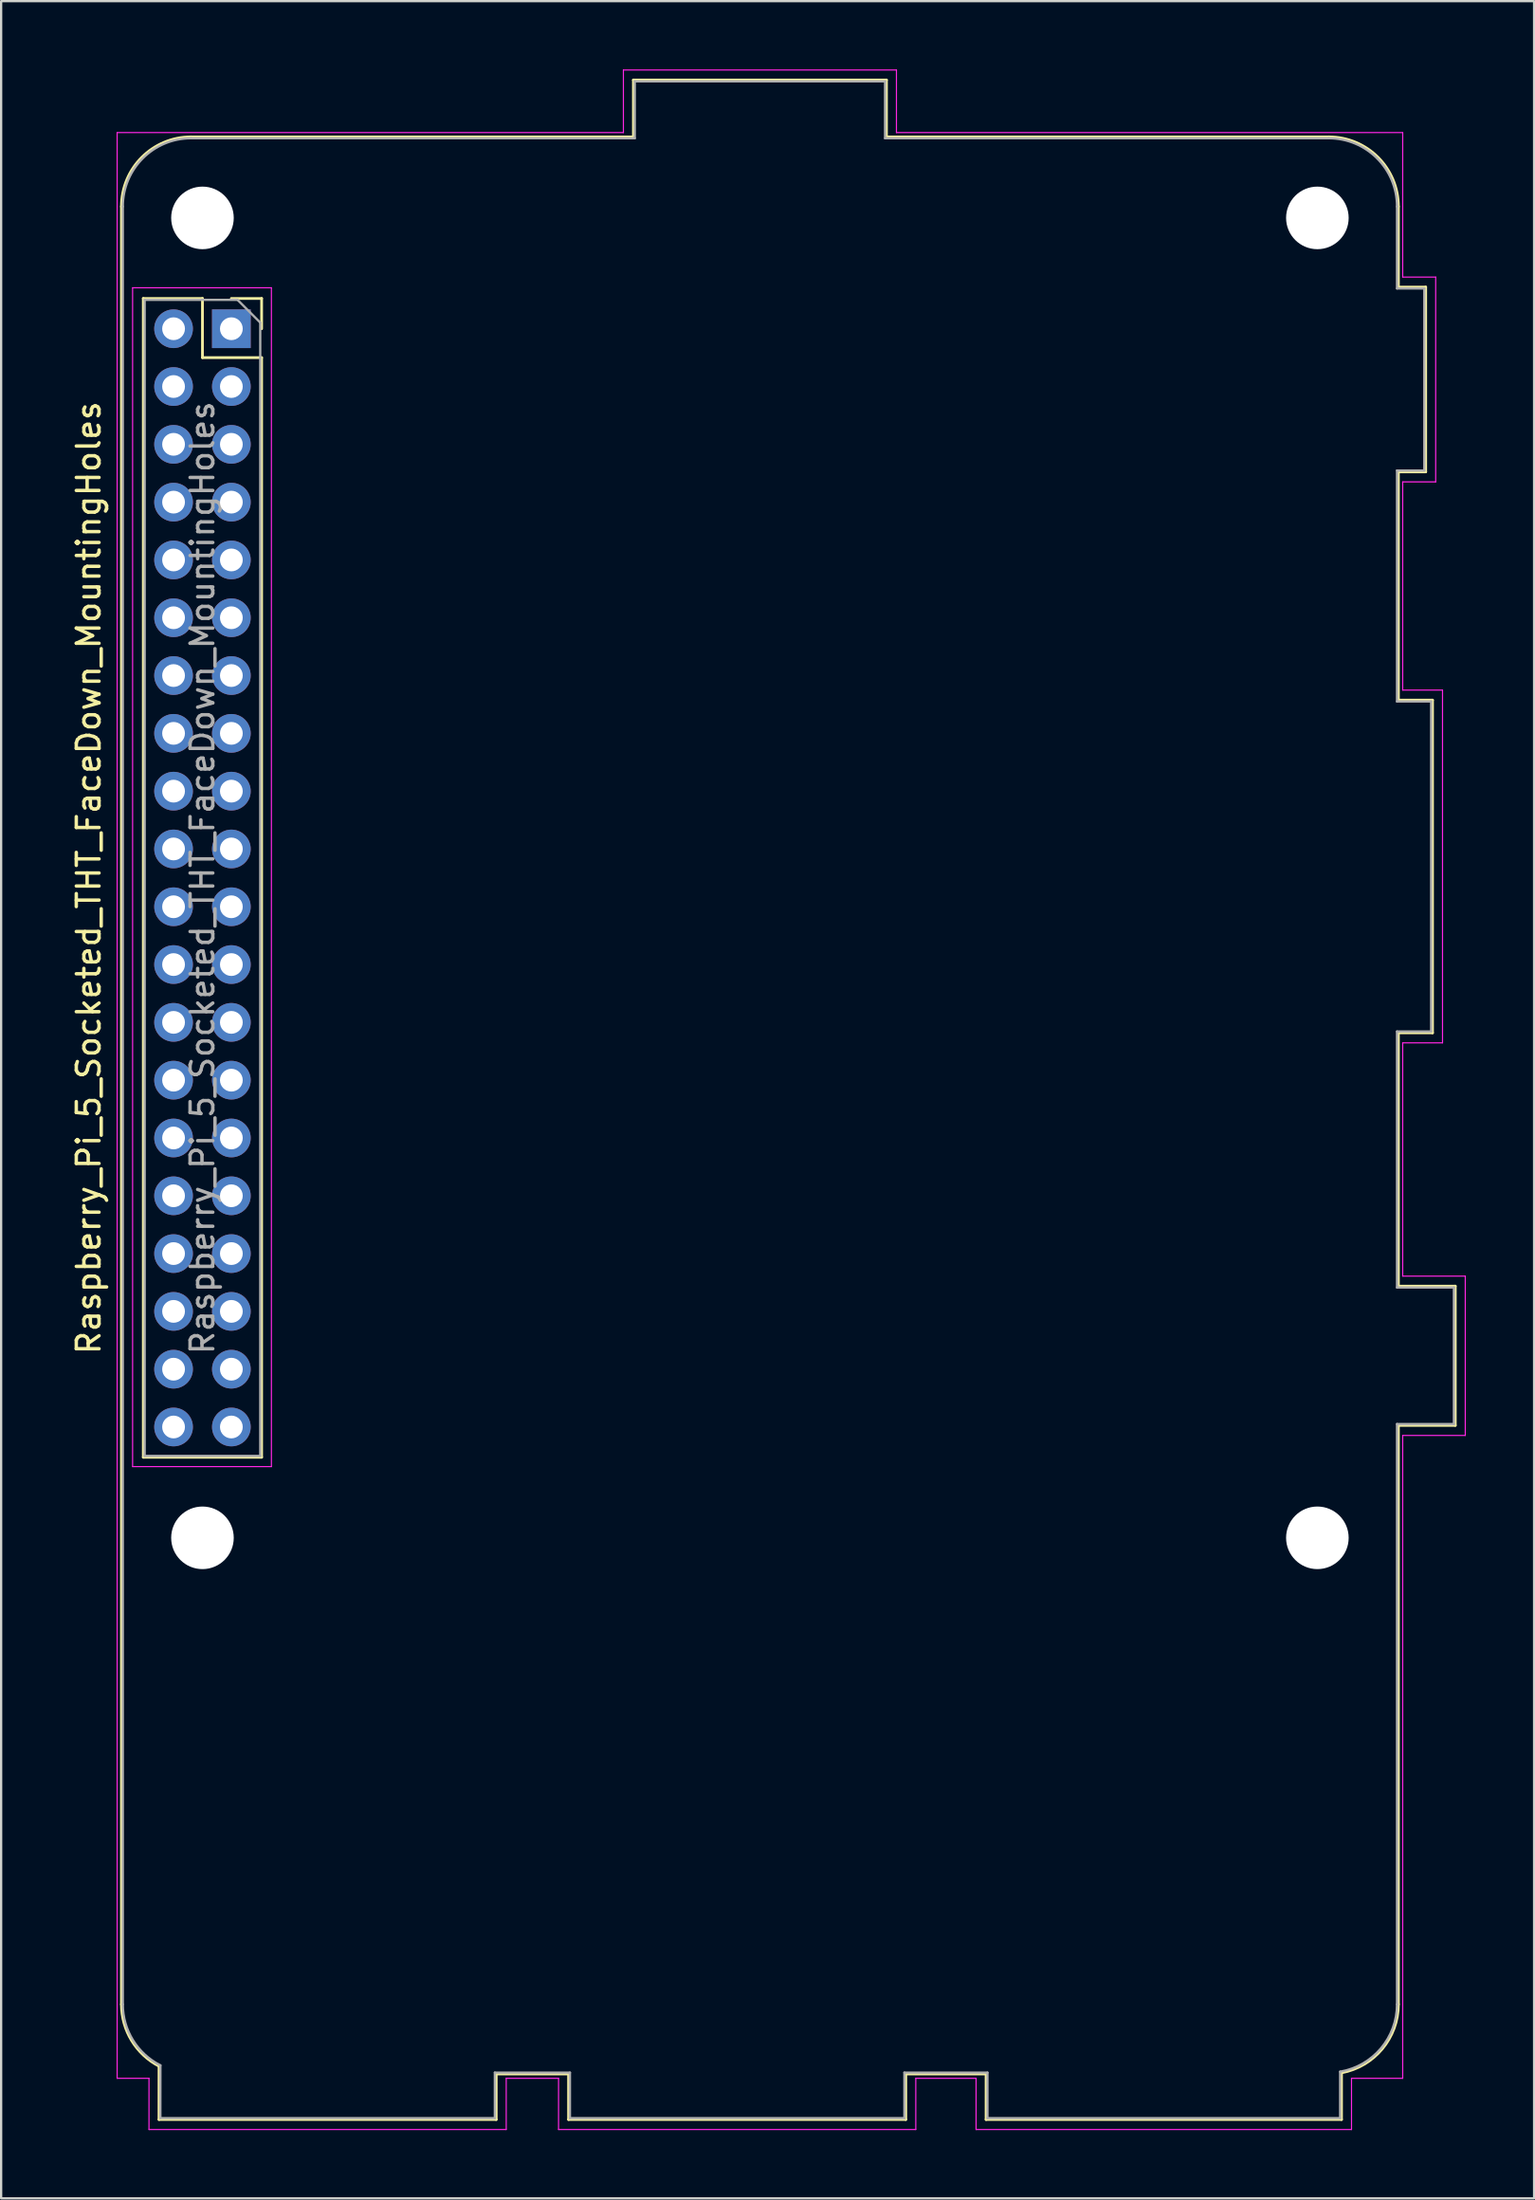
<source format=kicad_pcb>
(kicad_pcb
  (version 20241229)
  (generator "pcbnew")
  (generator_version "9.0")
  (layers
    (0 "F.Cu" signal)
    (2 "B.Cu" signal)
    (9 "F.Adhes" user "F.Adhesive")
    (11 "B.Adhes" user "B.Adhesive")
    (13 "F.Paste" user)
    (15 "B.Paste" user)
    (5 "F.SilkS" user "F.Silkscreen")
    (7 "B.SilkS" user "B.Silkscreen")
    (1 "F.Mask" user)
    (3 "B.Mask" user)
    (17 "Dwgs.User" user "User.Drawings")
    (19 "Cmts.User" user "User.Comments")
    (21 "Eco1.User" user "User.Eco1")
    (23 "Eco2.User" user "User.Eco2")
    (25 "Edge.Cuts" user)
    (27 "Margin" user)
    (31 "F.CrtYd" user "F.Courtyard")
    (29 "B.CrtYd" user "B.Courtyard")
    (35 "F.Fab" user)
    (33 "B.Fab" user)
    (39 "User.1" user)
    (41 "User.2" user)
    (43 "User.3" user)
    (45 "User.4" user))
  (footprint "Raspberry_Pi_5_Socketed_THT_FaceDown_MountingHoles"
    (layer "F.Cu")
    (at 7.118 11.395)
    (property "Reference" "Raspberry_Pi_5_Socketed_THT_FaceDown_MountingHoles" (at -6.27 24.13 90) (layer "F.SilkS") (effects (font (size 1 1) (thickness 0.15))))
    (attr through_hole)
    (fp_line (start -4.83 73.63) (end -4.83 -5.37) (stroke (width 0.12) (type solid)) (layer "F.SilkS"))
    (fp_line (start -3.87 -1.33) (end -3.87 49.59) (stroke (width 0.12) (type solid)) (layer "F.SilkS"))
    (fp_line (start -3.87 -1.33) (end -1.27 -1.33) (stroke (width 0.12) (type solid)) (layer "F.SilkS"))
    (fp_line (start -3.87 49.59) (end 1.33 49.59) (stroke (width 0.12) (type solid)) (layer "F.SilkS"))
    (fp_line (start -3.18 78.69) (end -3.178 76.347) (stroke (width 0.12) (type solid)) (layer "F.SilkS"))
    (fp_line (start -1.77 -8.43) (end 17.67 -8.43) (stroke (width 0.12) (type solid)) (layer "F.SilkS"))
    (fp_line (start -1.27 -1.33) (end -1.27 1.27) (stroke (width 0.12) (type solid)) (layer "F.SilkS"))
    (fp_line (start -1.27 1.27) (end 1.33 1.27) (stroke (width 0.12) (type solid)) (layer "F.SilkS"))
    (fp_line (start 0 -1.33) (end 1.33 -1.33) (stroke (width 0.12) (type solid)) (layer "F.SilkS"))
    (fp_line (start 1.33 -1.33) (end 1.33 0) (stroke (width 0.12) (type solid)) (layer "F.SilkS"))
    (fp_line (start 1.33 1.27) (end 1.33 49.59) (stroke (width 0.12) (type solid)) (layer "F.SilkS"))
    (fp_line (start 11.64 76.69) (end 11.64 78.69) (stroke (width 0.12) (type solid)) (layer "F.SilkS"))
    (fp_line (start 11.64 78.69) (end -3.18 78.69) (stroke (width 0.12) (type solid)) (layer "F.SilkS"))
    (fp_line (start 14.82 76.69) (end 11.64 76.69) (stroke (width 0.12) (type solid)) (layer "F.SilkS"))
    (fp_line (start 14.82 78.69) (end 14.82 76.69) (stroke (width 0.12) (type solid)) (layer "F.SilkS"))
    (fp_line (start 17.67 -10.93) (end 17.67 -8.43) (stroke (width 0.12) (type solid)) (layer "F.SilkS"))
    (fp_line (start 28.79 -10.93) (end 17.67 -10.93) (stroke (width 0.12) (type solid)) (layer "F.SilkS"))
    (fp_line (start 28.79 -8.43) (end 28.79 -10.93) (stroke (width 0.12) (type solid)) (layer "F.SilkS"))
    (fp_line (start 29.64 76.69) (end 29.64 78.69) (stroke (width 0.12) (type solid)) (layer "F.SilkS"))
    (fp_line (start 29.64 78.69) (end 14.82 78.69) (stroke (width 0.12) (type solid)) (layer "F.SilkS"))
    (fp_line (start 33.17 76.69) (end 29.64 76.69) (stroke (width 0.12) (type solid)) (layer "F.SilkS"))
    (fp_line (start 33.17 78.69) (end 33.17 76.69) (stroke (width 0.12) (type solid)) (layer "F.SilkS"))
    (fp_line (start 48.23 -8.43) (end 28.79 -8.43) (stroke (width 0.12) (type solid)) (layer "F.SilkS"))
    (fp_line (start 48.79 78.69) (end 33.17 78.69) (stroke (width 0.12) (type solid)) (layer "F.SilkS"))
    (fp_line (start 48.79 78.69) (end 48.79 76.638) (stroke (width 0.12) (type solid)) (layer "F.SilkS"))
    (fp_line (start 51.29 -5.37) (end 51.29 -1.83) (stroke (width 0.12) (type solid)) (layer "F.SilkS"))
    (fp_line (start 51.29 -1.83) (end 52.49 -1.83) (stroke (width 0.12) (type solid)) (layer "F.SilkS"))
    (fp_line (start 51.29 6.29) (end 51.29 16.32) (stroke (width 0.12) (type solid)) (layer "F.SilkS"))
    (fp_line (start 51.29 16.32) (end 52.79 16.32) (stroke (width 0.12) (type solid)) (layer "F.SilkS"))
    (fp_line (start 51.29 30.94) (end 51.29 42.07) (stroke (width 0.12) (type solid)) (layer "F.SilkS"))
    (fp_line (start 51.29 42.07) (end 53.79 42.07) (stroke (width 0.12) (type solid)) (layer "F.SilkS"))
    (fp_line (start 51.29 48.19) (end 51.29 73.63) (stroke (width 0.12) (type solid)) (layer "F.SilkS"))
    (fp_line (start 52.49 -1.83) (end 52.49 6.29) (stroke (width 0.12) (type solid)) (layer "F.SilkS"))
    (fp_line (start 52.49 6.29) (end 51.29 6.29) (stroke (width 0.12) (type solid)) (layer "F.SilkS"))
    (fp_line (start 52.79 16.32) (end 52.79 30.94) (stroke (width 0.12) (type solid)) (layer "F.SilkS"))
    (fp_line (start 52.79 30.94) (end 51.29 30.94) (stroke (width 0.12) (type solid)) (layer "F.SilkS"))
    (fp_line (start 53.79 42.07) (end 53.79 48.19) (stroke (width 0.12) (type solid)) (layer "F.SilkS"))
    (fp_line (start 53.79 48.19) (end 51.29 48.19) (stroke (width 0.12) (type solid)) (layer "F.SilkS"))
    (fp_arc (start -4.83 -5.37) (mid -3.933747 -7.533747) (end -1.77 -8.43) (stroke (width 0.12) (type solid)) (layer "F.SilkS"))
    (fp_arc (start -3.178211 76.346715) (mid -4.384644 75.219728) (end -4.83 73.63) (stroke (width 0.12) (type solid)) (layer "F.SilkS"))
    (fp_arc (start 48.23 -8.43) (mid 50.393747 -7.533747) (end 51.29 -5.37) (stroke (width 0.12) (type solid)) (layer "F.SilkS"))
    (fp_arc (start 51.29 73.63) (mid 50.583325 75.585879) (end 48.789698 76.638378) (stroke (width 0.12) (type solid)) (layer "F.SilkS"))
    (fp_line (start -5.02 -8.62) (end 17.23 -8.62) (stroke (width 0.05) (type solid)) (layer "F.CrtYd"))
    (fp_line (start -5.02 76.88) (end -5.02 -8.62) (stroke (width 0.05) (type solid)) (layer "F.CrtYd"))
    (fp_line (start -4.34 -1.8) (end 1.76 -1.8) (stroke (width 0.05) (type solid)) (layer "F.CrtYd"))
    (fp_line (start -4.34 50) (end -4.34 -1.8) (stroke (width 0.05) (type solid)) (layer "F.CrtYd"))
    (fp_line (start -3.62 76.88) (end -5.02 76.88) (stroke (width 0.05) (type solid)) (layer "F.CrtYd"))
    (fp_line (start -3.62 79.13) (end -3.62 76.88) (stroke (width 0.05) (type solid)) (layer "F.CrtYd"))
    (fp_line (start 1.76 -1.8) (end 1.76 50) (stroke (width 0.05) (type solid)) (layer "F.CrtYd"))
    (fp_line (start 1.76 50) (end -4.34 50) (stroke (width 0.05) (type solid)) (layer "F.CrtYd"))
    (fp_line (start 12.08 76.88) (end 12.08 79.13) (stroke (width 0.05) (type solid)) (layer "F.CrtYd"))
    (fp_line (start 12.08 79.13) (end -3.62 79.13) (stroke (width 0.05) (type solid)) (layer "F.CrtYd"))
    (fp_line (start 14.38 76.88) (end 12.08 76.88) (stroke (width 0.05) (type solid)) (layer "F.CrtYd"))
    (fp_line (start 14.38 79.13) (end 14.38 76.88) (stroke (width 0.05) (type solid)) (layer "F.CrtYd"))
    (fp_line (start 17.23 -11.37) (end 29.23 -11.37) (stroke (width 0.05) (type solid)) (layer "F.CrtYd"))
    (fp_line (start 17.23 -8.62) (end 17.23 -11.37) (stroke (width 0.05) (type solid)) (layer "F.CrtYd"))
    (fp_line (start 29.23 -11.37) (end 29.23 -8.62) (stroke (width 0.05) (type solid)) (layer "F.CrtYd"))
    (fp_line (start 29.23 -8.62) (end 51.48 -8.62) (stroke (width 0.05) (type solid)) (layer "F.CrtYd"))
    (fp_line (start 30.08 76.88) (end 30.08 79.13) (stroke (width 0.05) (type solid)) (layer "F.CrtYd"))
    (fp_line (start 30.08 79.13) (end 14.38 79.13) (stroke (width 0.05) (type solid)) (layer "F.CrtYd"))
    (fp_line (start 32.73 76.88) (end 30.08 76.88) (stroke (width 0.05) (type solid)) (layer "F.CrtYd"))
    (fp_line (start 32.73 79.13) (end 32.73 76.88) (stroke (width 0.05) (type solid)) (layer "F.CrtYd"))
    (fp_line (start 49.23 76.88) (end 49.23 79.13) (stroke (width 0.05) (type solid)) (layer "F.CrtYd"))
    (fp_line (start 49.23 79.13) (end 32.73 79.13) (stroke (width 0.05) (type solid)) (layer "F.CrtYd"))
    (fp_line (start 51.48 -8.62) (end 51.48 -2.27) (stroke (width 0.05) (type solid)) (layer "F.CrtYd"))
    (fp_line (start 51.48 -2.27) (end 52.93 -2.27) (stroke (width 0.05) (type solid)) (layer "F.CrtYd"))
    (fp_line (start 51.48 6.73) (end 51.48 15.88) (stroke (width 0.05) (type solid)) (layer "F.CrtYd"))
    (fp_line (start 51.48 15.88) (end 53.23 15.88) (stroke (width 0.05) (type solid)) (layer "F.CrtYd"))
    (fp_line (start 51.48 31.38) (end 51.48 41.63) (stroke (width 0.05) (type solid)) (layer "F.CrtYd"))
    (fp_line (start 51.48 41.63) (end 54.23 41.63) (stroke (width 0.05) (type solid)) (layer "F.CrtYd"))
    (fp_line (start 51.48 48.63) (end 51.48 76.88) (stroke (width 0.05) (type solid)) (layer "F.CrtYd"))
    (fp_line (start 51.48 76.88) (end 49.23 76.88) (stroke (width 0.05) (type solid)) (layer "F.CrtYd"))
    (fp_line (start 52.93 -2.27) (end 52.93 6.73) (stroke (width 0.05) (type solid)) (layer "F.CrtYd"))
    (fp_line (start 52.93 6.73) (end 51.48 6.73) (stroke (width 0.05) (type solid)) (layer "F.CrtYd"))
    (fp_line (start 53.23 15.88) (end 53.23 31.38) (stroke (width 0.05) (type solid)) (layer "F.CrtYd"))
    (fp_line (start 53.23 31.38) (end 51.48 31.38) (stroke (width 0.05) (type solid)) (layer "F.CrtYd"))
    (fp_line (start 54.23 41.63) (end 54.23 48.63) (stroke (width 0.05) (type solid)) (layer "F.CrtYd"))
    (fp_line (start 54.23 48.63) (end 51.48 48.63) (stroke (width 0.05) (type solid)) (layer "F.CrtYd"))
    (fp_line (start -4.77 73.63) (end -4.77 -5.37) (stroke (width 0.1) (type solid)) (layer "F.Fab"))
    (fp_line (start -3.81 -1.27) (end 0.27 -1.27) (stroke (width 0.1) (type solid)) (layer "F.Fab"))
    (fp_line (start -3.81 49.53) (end -3.81 -1.27) (stroke (width 0.1) (type solid)) (layer "F.Fab"))
    (fp_line (start -3.12 78.63) (end 11.58 78.63) (stroke (width 0.1) (type solid)) (layer "F.Fab"))
    (fp_line (start -3.118 76.31) (end -3.12 78.63) (stroke (width 0.1) (type solid)) (layer "F.Fab"))
    (fp_line (start -1.77 -8.37) (end 17.73 -8.37) (stroke (width 0.1) (type solid)) (layer "F.Fab"))
    (fp_line (start 0.27 -1.27) (end 1.27 -0.27) (stroke (width 0.1) (type solid)) (layer "F.Fab"))
    (fp_line (start 1.27 -0.27) (end 1.27 49.53) (stroke (width 0.1) (type solid)) (layer "F.Fab"))
    (fp_line (start 1.27 49.53) (end -3.81 49.53) (stroke (width 0.1) (type solid)) (layer "F.Fab"))
    (fp_line (start 11.58 76.63) (end 14.88 76.63) (stroke (width 0.1) (type solid)) (layer "F.Fab"))
    (fp_line (start 11.58 78.63) (end 11.58 76.63) (stroke (width 0.1) (type solid)) (layer "F.Fab"))
    (fp_line (start 14.88 76.63) (end 14.88 78.63) (stroke (width 0.1) (type solid)) (layer "F.Fab"))
    (fp_line (start 14.88 78.63) (end 29.58 78.63) (stroke (width 0.1) (type solid)) (layer "F.Fab"))
    (fp_line (start 17.73 -10.87) (end 17.73 -8.37) (stroke (width 0.1) (type solid)) (layer "F.Fab"))
    (fp_line (start 28.73 -10.87) (end 17.73 -10.87) (stroke (width 0.1) (type solid)) (layer "F.Fab"))
    (fp_line (start 28.73 -8.37) (end 28.73 -10.87) (stroke (width 0.1) (type solid)) (layer "F.Fab"))
    (fp_line (start 29.58 76.63) (end 33.23 76.63) (stroke (width 0.1) (type solid)) (layer "F.Fab"))
    (fp_line (start 29.58 78.63) (end 29.58 76.63) (stroke (width 0.1) (type solid)) (layer "F.Fab"))
    (fp_line (start 33.23 76.63) (end 33.23 78.63) (stroke (width 0.1) (type solid)) (layer "F.Fab"))
    (fp_line (start 33.23 78.63) (end 48.73 78.63) (stroke (width 0.1) (type solid)) (layer "F.Fab"))
    (fp_line (start 48.23 -8.37) (end 28.73 -8.37) (stroke (width 0.1) (type solid)) (layer "F.Fab"))
    (fp_line (start 48.73 78.63) (end 48.73 76.588) (stroke (width 0.1) (type solid)) (layer "F.Fab"))
    (fp_line (start 51.23 -5.37) (end 51.23 -1.77) (stroke (width 0.1) (type solid)) (layer "F.Fab"))
    (fp_line (start 51.23 -1.77) (end 52.43 -1.77) (stroke (width 0.1) (type solid)) (layer "F.Fab"))
    (fp_line (start 51.23 6.23) (end 51.23 16.38) (stroke (width 0.1) (type solid)) (layer "F.Fab"))
    (fp_line (start 51.23 16.38) (end 52.73 16.38) (stroke (width 0.1) (type solid)) (layer "F.Fab"))
    (fp_line (start 51.23 30.88) (end 51.23 42.13) (stroke (width 0.1) (type solid)) (layer "F.Fab"))
    (fp_line (start 51.23 42.13) (end 53.73 42.13) (stroke (width 0.1) (type solid)) (layer "F.Fab"))
    (fp_line (start 51.23 48.13) (end 51.23 73.63) (stroke (width 0.1) (type solid)) (layer "F.Fab"))
    (fp_line (start 52.43 -1.77) (end 52.43 6.23) (stroke (width 0.1) (type solid)) (layer "F.Fab"))
    (fp_line (start 52.43 6.23) (end 51.23 6.23) (stroke (width 0.1) (type solid)) (layer "F.Fab"))
    (fp_line (start 52.73 16.38) (end 52.73 30.88) (stroke (width 0.1) (type solid)) (layer "F.Fab"))
    (fp_line (start 52.73 30.88) (end 51.23 30.88) (stroke (width 0.1) (type solid)) (layer "F.Fab"))
    (fp_line (start 53.73 42.13) (end 53.73 48.13) (stroke (width 0.1) (type solid)) (layer "F.Fab"))
    (fp_line (start 53.73 48.13) (end 51.23 48.13) (stroke (width 0.1) (type solid)) (layer "F.Fab"))
    (fp_arc (start -4.77 -5.37) (mid -3.89132 -7.49132) (end -1.77 -8.37) (stroke (width 0.1) (type solid)) (layer "F.Fab"))
    (fp_arc (start -3.117957 76.310114) (mid -4.323808 75.204187) (end -4.77 73.63) (stroke (width 0.1) (type solid)) (layer "F.Fab"))
    (fp_arc (start 48.23 -8.37) (mid 50.35132 -7.49132) (end 51.23 -5.37) (stroke (width 0.1) (type solid)) (layer "F.Fab"))
    (fp_arc (start 51.23 73.63) (mid 50.521388 75.566373) (end 48.730306 76.587988) (stroke (width 0.1) (type solid)) (layer "F.Fab"))
    (fp_text user "${REFERENCE}" (at -1.27 24.13 90) (layer "F.Fab") (effects (font (size 1 1) (thickness 0.15))))
    (pad "" np_thru_hole circle (at -1.27 -4.87 90) (size 2.75 2.75) (drill 2.75) (layers "*.Cu" "*.Mask"))
    (pad "" np_thru_hole circle (at -1.27 53.13 90) (size 2.75 2.75) (drill 2.75) (layers "*.Cu" "*.Mask"))
    (pad "" np_thru_hole circle (at 47.73 -4.87 90) (size 2.75 2.75) (drill 2.75) (layers "*.Cu" "*.Mask"))
    (pad "" np_thru_hole circle (at 47.73 53.13 90) (size 2.75 2.75) (drill 2.75) (layers "*.Cu" "*.Mask"))
    (pad "1" thru_hole rect (at 0 0) (size 1.7 1.7) (drill 1) (layers "*.Cu" "*.Mask"))
    (pad "2" thru_hole oval (at -2.54 0) (size 1.7 1.7) (drill 1) (layers "*.Cu" "*.Mask"))
    (pad "3" thru_hole oval (at 0 2.54) (size 1.7 1.7) (drill 1) (layers "*.Cu" "*.Mask"))
    (pad "4" thru_hole oval (at -2.54 2.54) (size 1.7 1.7) (drill 1) (layers "*.Cu" "*.Mask"))
    (pad "5" thru_hole oval (at 0 5.08) (size 1.7 1.7) (drill 1) (layers "*.Cu" "*.Mask"))
    (pad "6" thru_hole oval (at -2.54 5.08) (size 1.7 1.7) (drill 1) (layers "*.Cu" "*.Mask"))
    (pad "7" thru_hole oval (at 0 7.62) (size 1.7 1.7) (drill 1) (layers "*.Cu" "*.Mask"))
    (pad "8" thru_hole oval (at -2.54 7.62) (size 1.7 1.7) (drill 1) (layers "*.Cu" "*.Mask"))
    (pad "9" thru_hole oval (at 0 10.16) (size 1.7 1.7) (drill 1) (layers "*.Cu" "*.Mask"))
    (pad "10" thru_hole oval (at -2.54 10.16) (size 1.7 1.7) (drill 1) (layers "*.Cu" "*.Mask"))
    (pad "11" thru_hole oval (at 0 12.7) (size 1.7 1.7) (drill 1) (layers "*.Cu" "*.Mask"))
    (pad "12" thru_hole oval (at -2.54 12.7) (size 1.7 1.7) (drill 1) (layers "*.Cu" "*.Mask"))
    (pad "13" thru_hole oval (at 0 15.24) (size 1.7 1.7) (drill 1) (layers "*.Cu" "*.Mask"))
    (pad "14" thru_hole oval (at -2.54 15.24) (size 1.7 1.7) (drill 1) (layers "*.Cu" "*.Mask"))
    (pad "15" thru_hole oval (at 0 17.78) (size 1.7 1.7) (drill 1) (layers "*.Cu" "*.Mask"))
    (pad "16" thru_hole oval (at -2.54 17.78) (size 1.7 1.7) (drill 1) (layers "*.Cu" "*.Mask"))
    (pad "17" thru_hole oval (at 0 20.32) (size 1.7 1.7) (drill 1) (layers "*.Cu" "*.Mask"))
    (pad "18" thru_hole oval (at -2.54 20.32) (size 1.7 1.7) (drill 1) (layers "*.Cu" "*.Mask"))
    (pad "19" thru_hole oval (at 0 22.86) (size 1.7 1.7) (drill 1) (layers "*.Cu" "*.Mask"))
    (pad "20" thru_hole oval (at -2.54 22.86) (size 1.7 1.7) (drill 1) (layers "*.Cu" "*.Mask"))
    (pad "21" thru_hole oval (at 0 25.4) (size 1.7 1.7) (drill 1) (layers "*.Cu" "*.Mask"))
    (pad "22" thru_hole oval (at -2.54 25.4) (size 1.7 1.7) (drill 1) (layers "*.Cu" "*.Mask"))
    (pad "23" thru_hole oval (at 0 27.94) (size 1.7 1.7) (drill 1) (layers "*.Cu" "*.Mask"))
    (pad "24" thru_hole oval (at -2.54 27.94) (size 1.7 1.7) (drill 1) (layers "*.Cu" "*.Mask"))
    (pad "25" thru_hole oval (at 0 30.48) (size 1.7 1.7) (drill 1) (layers "*.Cu" "*.Mask"))
    (pad "26" thru_hole oval (at -2.54 30.48) (size 1.7 1.7) (drill 1) (layers "*.Cu" "*.Mask"))
    (pad "27" thru_hole oval (at 0 33.02) (size 1.7 1.7) (drill 1) (layers "*.Cu" "*.Mask"))
    (pad "28" thru_hole oval (at -2.54 33.02) (size 1.7 1.7) (drill 1) (layers "*.Cu" "*.Mask"))
    (pad "29" thru_hole oval (at 0 35.56) (size 1.7 1.7) (drill 1) (layers "*.Cu" "*.Mask"))
    (pad "30" thru_hole oval (at -2.54 35.56) (size 1.7 1.7) (drill 1) (layers "*.Cu" "*.Mask"))
    (pad "31" thru_hole oval (at 0 38.1) (size 1.7 1.7) (drill 1) (layers "*.Cu" "*.Mask"))
    (pad "32" thru_hole oval (at -2.54 38.1) (size 1.7 1.7) (drill 1) (layers "*.Cu" "*.Mask"))
    (pad "33" thru_hole oval (at 0 40.64) (size 1.7 1.7) (drill 1) (layers "*.Cu" "*.Mask"))
    (pad "34" thru_hole oval (at -2.54 40.64) (size 1.7 1.7) (drill 1) (layers "*.Cu" "*.Mask"))
    (pad "35" thru_hole oval (at 0 43.18) (size 1.7 1.7) (drill 1) (layers "*.Cu" "*.Mask"))
    (pad "36" thru_hole oval (at -2.54 43.18) (size 1.7 1.7) (drill 1) (layers "*.Cu" "*.Mask"))
    (pad "37" thru_hole oval (at 0 45.72) (size 1.7 1.7) (drill 1) (layers "*.Cu" "*.Mask"))
    (pad "38" thru_hole oval (at -2.54 45.72) (size 1.7 1.7) (drill 1) (layers "*.Cu" "*.Mask"))
    (pad "39" thru_hole oval (at 0 48.26) (size 1.7 1.7) (drill 1) (layers "*.Cu" "*.Mask"))
    (pad "40" thru_hole oval (at -2.54 48.26) (size 1.7 1.7) (drill 1) (layers "*.Cu" "*.Mask")))
  (gr_rect
    (start -3 -3)
    (end 64.373 93.55)
    (stroke (width 0.1) (type default))
    (fill no)
    (layer "Edge.Cuts")))
</source>
